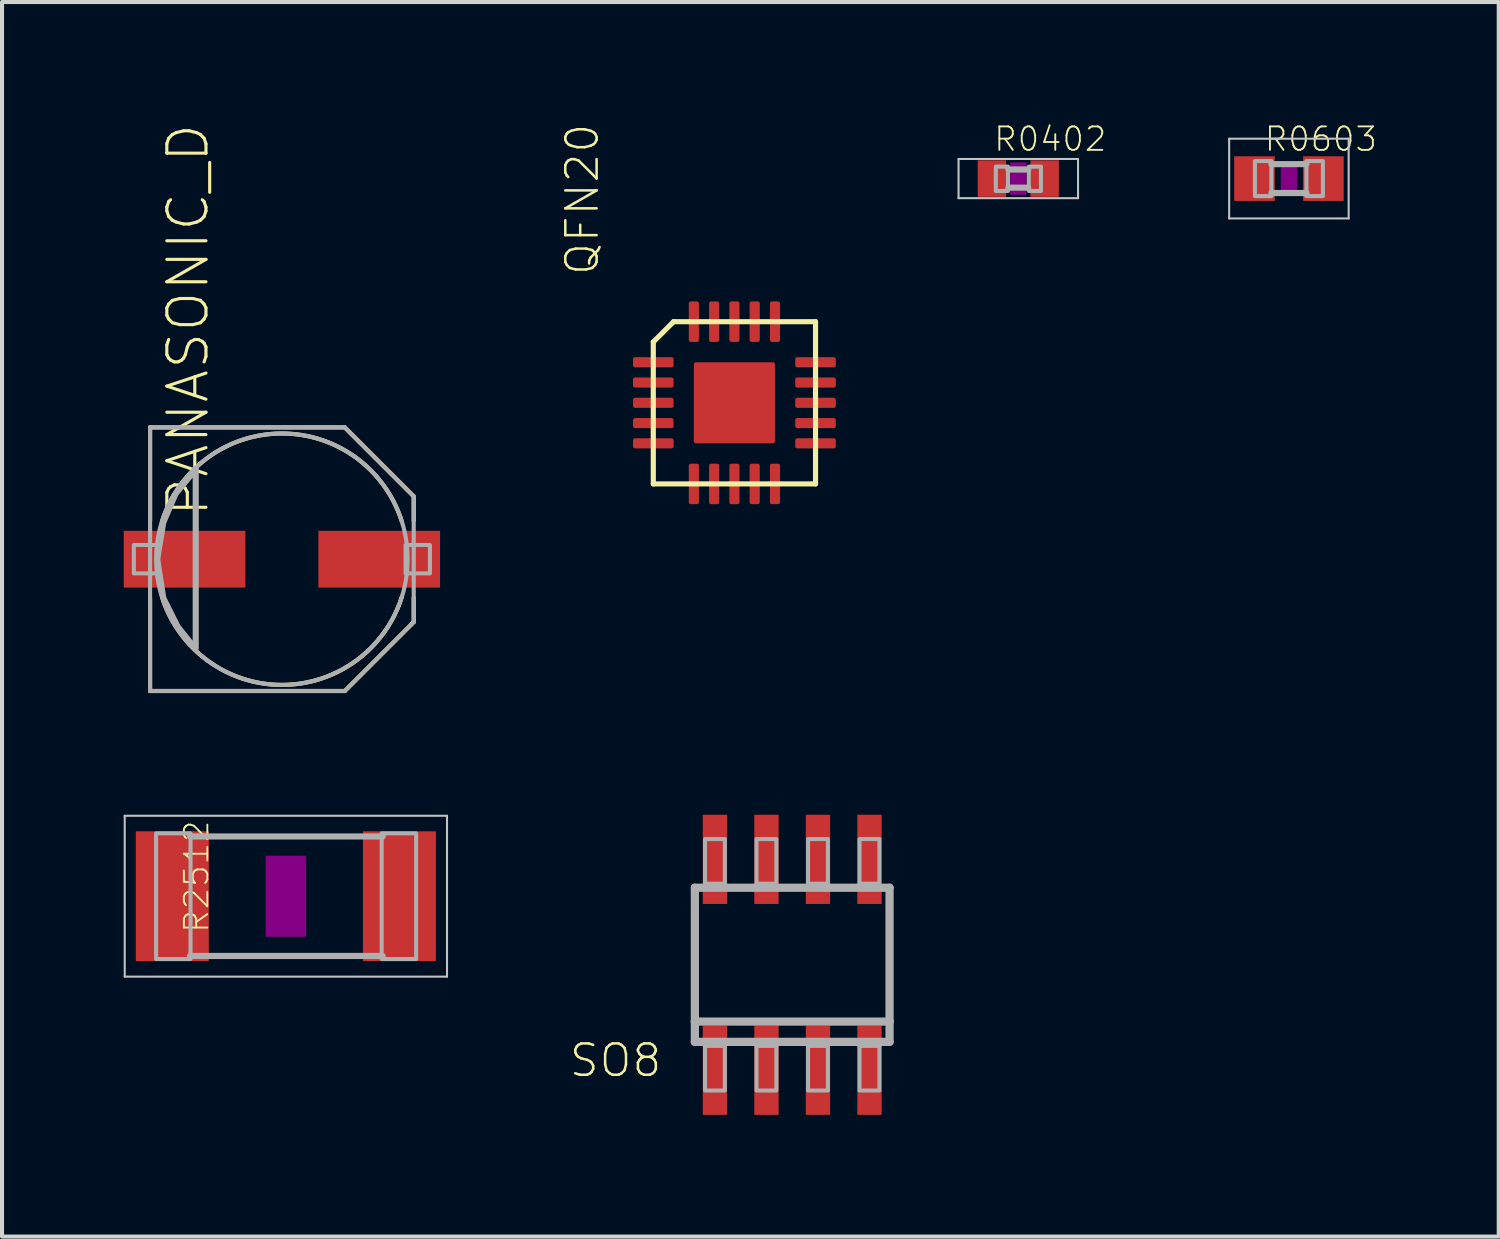
<source format=kicad_pcb>
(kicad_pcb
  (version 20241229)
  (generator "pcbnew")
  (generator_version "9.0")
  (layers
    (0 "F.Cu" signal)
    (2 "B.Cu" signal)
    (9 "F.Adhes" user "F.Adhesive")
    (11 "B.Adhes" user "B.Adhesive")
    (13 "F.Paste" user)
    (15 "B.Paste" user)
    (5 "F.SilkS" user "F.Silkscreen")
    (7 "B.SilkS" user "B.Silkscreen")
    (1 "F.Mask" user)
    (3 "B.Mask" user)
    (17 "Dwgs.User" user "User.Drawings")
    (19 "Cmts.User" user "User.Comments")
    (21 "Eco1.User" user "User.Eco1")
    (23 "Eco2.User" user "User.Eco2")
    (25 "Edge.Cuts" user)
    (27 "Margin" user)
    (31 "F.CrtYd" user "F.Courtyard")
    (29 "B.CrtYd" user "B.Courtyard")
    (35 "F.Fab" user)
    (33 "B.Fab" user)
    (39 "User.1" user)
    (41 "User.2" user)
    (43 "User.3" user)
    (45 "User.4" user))
  (footprint "R2512"
    (layer "F.Cu")
    (at 3.998 19.046)
    (property "Reference" "R2512" (at -2.54 -1.905 270) (layer "F.SilkS") (effects (font (size 0.579 0.579) (thickness 0.046)) (justify right top)))
    (attr through_hole)
    (fp_poly (pts (xy -0.5 1) (xy 0.5 1) (xy 0.5 -1) (xy -0.5 -1)) (stroke (width 0) (type solid)) (fill yes) (layer "F.Adhes"))
    (fp_line (start -3.973 -1.983) (end 3.973 -1.983) (stroke (width 0.051) (type solid)) (layer "Dwgs.User"))
    (fp_line (start -3.973 1.983) (end -3.973 -1.983) (stroke (width 0.051) (type solid)) (layer "Dwgs.User"))
    (fp_line (start 3.973 -1.983) (end 3.973 1.983) (stroke (width 0.051) (type solid)) (layer "Dwgs.User"))
    (fp_line (start 3.973 1.983) (end -3.973 1.983) (stroke (width 0.051) (type solid)) (layer "Dwgs.User"))
    (fp_line (start -2.362 -1.473) (end 2.387 -1.473) (stroke (width 0.152) (type solid)) (layer "F.Fab"))
    (fp_line (start -2.362 1.473) (end 2.387 1.473) (stroke (width 0.152) (type solid)) (layer "F.Fab"))
    (fp_poly (pts (xy -3.2 1.549) (xy -2.35 1.549) (xy -2.35 -1.551) (xy -3.2 -1.551)) (stroke (width 0.1) (type solid)) (fill no) (layer "F.Fab"))
    (fp_poly (pts (xy 2.362 1.549) (xy 3.212 1.549) (xy 3.212 -1.551) (xy 2.362 -1.551)) (stroke (width 0.1) (type solid)) (fill no) (layer "F.Fab"))
    (pad "1" smd rect (at -2.8 0) (size 1.8 3.2) (layers "F.Cu" "F.Mask" "F.Paste"))
    (pad "2" smd rect (at 2.8 0) (size 1.8 3.2) (layers "F.Cu" "F.Mask" "F.Paste")))
  (footprint "R0402"
    (layer "F.Cu")
    (at 22.056 1.353)
    (property "Reference" "R0402" (at -0.635 -0.635 180) (layer "F.SilkS") (effects (font (size 0.579 0.579) (thickness 0.046)) (justify left bottom)))
    (attr through_hole)
    (fp_poly (pts (xy -0.2 0.4) (xy 0.2 0.4) (xy 0.2 -0.4) (xy -0.2 -0.4)) (stroke (width 0) (type solid)) (fill yes) (layer "F.Adhes"))
    (fp_line (start -1.473 -0.483) (end 1.473 -0.483) (stroke (width 0.051) (type solid)) (layer "Dwgs.User"))
    (fp_line (start -1.473 0.483) (end -1.473 -0.483) (stroke (width 0.051) (type solid)) (layer "Dwgs.User"))
    (fp_line (start 1.473 -0.483) (end 1.473 0.483) (stroke (width 0.051) (type solid)) (layer "Dwgs.User"))
    (fp_line (start 1.473 0.483) (end -1.473 0.483) (stroke (width 0.051) (type solid)) (layer "Dwgs.User"))
    (fp_line (start -0.245 -0.224) (end 0.245 -0.224) (stroke (width 0.152) (type solid)) (layer "F.Fab"))
    (fp_line (start 0.245 0.224) (end -0.245 0.224) (stroke (width 0.152) (type solid)) (layer "F.Fab"))
    (fp_poly (pts (xy -0.554 0.305) (xy -0.254 0.305) (xy -0.254 -0.295) (xy -0.554 -0.295)) (stroke (width 0.1) (type solid)) (fill no) (layer "F.Fab"))
    (fp_poly (pts (xy 0.259 0.305) (xy 0.559 0.305) (xy 0.559 -0.295) (xy 0.259 -0.295)) (stroke (width 0.1) (type solid)) (fill no) (layer "F.Fab"))
    (pad "1" smd rect (at -0.65 0) (size 0.7 0.9) (layers "F.Cu" "F.Mask" "F.Paste"))
    (pad "2" smd rect (at 0.65 0) (size 0.7 0.9) (layers "F.Cu" "F.Mask" "F.Paste")))
  (footprint "PANASONIC_D"
    (layer "F.Cu")
    (at 3.9 10.737)
    (property "Reference" "PANASONIC_D" (at -1.75 -1 270) (layer "F.SilkS") (effects (font (size 0.965 0.965) (thickness 0.077)) (justify left bottom)))
    (attr through_hole)
    (fp_line (start -3.25 -3.25) (end 1.55 -3.25) (stroke (width 0.102) (type solid)) (layer "F.SilkS"))
    (fp_line (start -3.25 -0.95) (end -3.25 -3.25) (stroke (width 0.102) (type solid)) (layer "F.SilkS"))
    (fp_line (start -3.25 3.25) (end -3.25 0.95) (stroke (width 0.102) (type solid)) (layer "F.SilkS"))
    (fp_line (start 1.55 -3.25) (end 3.25 -1.55) (stroke (width 0.102) (type solid)) (layer "F.SilkS"))
    (fp_line (start 1.55 3.25) (end -3.25 3.25) (stroke (width 0.102) (type solid)) (layer "F.SilkS"))
    (fp_line (start 3.25 -1.55) (end 3.25 -0.95) (stroke (width 0.102) (type solid)) (layer "F.SilkS"))
    (fp_line (start 3.25 0.95) (end 3.25 1.55) (stroke (width 0.102) (type solid)) (layer "F.SilkS"))
    (fp_line (start 3.25 1.55) (end 1.55 3.25) (stroke (width 0.102) (type solid)) (layer "F.SilkS"))
    (fp_arc (start -2.95 -0.95) (mid 0 -3.099193) (end 2.95 -0.95) (stroke (width 0.1016) (type solid)) (layer "F.SilkS"))
    (fp_arc (start 2.95 0.95) (mid 0 3.099193) (end -2.95 0.95) (stroke (width 0.1016) (type solid)) (layer "F.SilkS"))
    (fp_line (start -3.25 -3.25) (end 1.55 -3.25) (stroke (width 0.102) (type solid)) (layer "F.Fab"))
    (fp_line (start -3.25 3.25) (end -3.25 -3.25) (stroke (width 0.102) (type solid)) (layer "F.Fab"))
    (fp_line (start -2.1 -2.25) (end -2.1 2.2) (stroke (width 0.102) (type solid)) (layer "F.Fab"))
    (fp_line (start 1.55 -3.25) (end 3.25 -1.55) (stroke (width 0.102) (type solid)) (layer "F.Fab"))
    (fp_line (start 1.55 3.25) (end -3.25 3.25) (stroke (width 0.102) (type solid)) (layer "F.Fab"))
    (fp_line (start 3.25 -1.55) (end 3.25 1.55) (stroke (width 0.102) (type solid)) (layer "F.Fab"))
    (fp_line (start 3.25 1.55) (end 1.55 3.25) (stroke (width 0.102) (type solid)) (layer "F.Fab"))
    (fp_circle (center 0 0) (end 3.1 0) (stroke (width 0.102) (type solid)) (fill no) (layer "F.Fab"))
    (fp_poly (pts (xy -3.65 0.35) (xy -3.05 0.35) (xy -3.05 -0.35) (xy -3.65 -0.35)) (stroke (width 0.1) (type solid)) (fill no) (layer "F.Fab"))
    (fp_poly (pts (xy 3.05 0.35) (xy 3.65 0.35) (xy 3.65 -0.35) (xy 3.05 -0.35)) (stroke (width 0.1) (type solid)) (fill no) (layer "F.Fab"))
    (fp_poly (pts (xy -2.15 -2.15) (xy -2.6 -1.6) (xy -2.9 -0.9) (xy -3.05 0) (xy -2.9 0.95) (xy -2.55 1.65) (xy -2.15 2.15) (xy -2.15 -2.1)) (stroke (width 0.1) (type solid)) (fill no) (layer "F.Fab"))
    (pad "+" smd rect (at 2.4 0) (size 3 1.4) (layers "F.Cu" "F.Mask" "F.Paste"))
    (pad "-" smd rect (at -2.4 0) (size 3 1.4) (layers "F.Cu" "F.Mask" "F.Paste")))
  (footprint "QFN20"
    (layer "F.Cu")
    (at 15.057 6.881)
    (property "Reference" "QFN20" (at -3.3 -3.1 90) (layer "F.SilkS") (effects (font (size 0.772 0.772) (thickness 0.062)) (justify left bottom)))
    (attr through_hole)
    (fp_line (start -2 -1.5) (end -1.5 -2) (stroke (width 0.127) (type solid)) (layer "F.SilkS"))
    (fp_line (start -2 2) (end -2 -1.5) (stroke (width 0.127) (type solid)) (layer "F.SilkS"))
    (fp_line (start -1.5 -2) (end 2 -2) (stroke (width 0.127) (type solid)) (layer "F.SilkS"))
    (fp_line (start 2 -2) (end 2 2) (stroke (width 0.127) (type solid)) (layer "F.SilkS"))
    (fp_line (start 2 2) (end -2 2) (stroke (width 0.127) (type solid)) (layer "F.SilkS"))
    (pad "1" smd roundrect (at -2 -1 90) (size 0.25 1) (layers "F.Cu" "F.Mask" "F.Paste") (roundrect_rratio 0.2))
    (pad "2" smd roundrect (at -2 -0.5 90) (size 0.25 1) (layers "F.Cu" "F.Mask" "F.Paste") (roundrect_rratio 0.2))
    (pad "3" smd roundrect (at -2 0 90) (size 0.25 1) (layers "F.Cu" "F.Mask" "F.Paste") (roundrect_rratio 0.2))
    (pad "4" smd roundrect (at -2 0.5 90) (size 0.25 1) (layers "F.Cu" "F.Mask" "F.Paste") (roundrect_rratio 0.2))
    (pad "5" smd roundrect (at -2 1 90) (size 0.25 1) (layers "F.Cu" "F.Mask" "F.Paste") (roundrect_rratio 0.2))
    (pad "6" smd roundrect (at -1 2 180) (size 0.25 1) (layers "F.Cu" "F.Mask" "F.Paste") (roundrect_rratio 0.2))
    (pad "7" smd roundrect (at -0.5 2 180) (size 0.25 1) (layers "F.Cu" "F.Mask" "F.Paste") (roundrect_rratio 0.2))
    (pad "8" smd roundrect (at 0 2 180) (size 0.25 1) (layers "F.Cu" "F.Mask" "F.Paste") (roundrect_rratio 0.2))
    (pad "9" smd roundrect (at 0.5 2 180) (size 0.25 1) (layers "F.Cu" "F.Mask" "F.Paste") (roundrect_rratio 0.2))
    (pad "10" smd roundrect (at 1 2 180) (size 0.25 1) (layers "F.Cu" "F.Mask" "F.Paste") (roundrect_rratio 0.2))
    (pad "11" smd roundrect (at 2 1 270) (size 0.25 1) (layers "F.Cu" "F.Mask" "F.Paste") (roundrect_rratio 0.2))
    (pad "12" smd roundrect (at 2 0.5 270) (size 0.25 1) (layers "F.Cu" "F.Mask" "F.Paste") (roundrect_rratio 0.2))
    (pad "13" smd roundrect (at 2 0 270) (size 0.25 1) (layers "F.Cu" "F.Mask" "F.Paste") (roundrect_rratio 0.2))
    (pad "14" smd roundrect (at 2 -0.5 270) (size 0.25 1) (layers "F.Cu" "F.Mask" "F.Paste") (roundrect_rratio 0.2))
    (pad "15" smd roundrect (at 2 -1 270) (size 0.25 1) (layers "F.Cu" "F.Mask" "F.Paste") (roundrect_rratio 0.2))
    (pad "16" smd roundrect (at 1 -2) (size 0.25 1) (layers "F.Cu" "F.Mask" "F.Paste") (roundrect_rratio 0.2))
    (pad "17" smd roundrect (at 0.5 -2) (size 0.25 1) (layers "F.Cu" "F.Mask" "F.Paste") (roundrect_rratio 0.2))
    (pad "18" smd roundrect (at 0 -2) (size 0.25 1) (layers "F.Cu" "F.Mask" "F.Paste") (roundrect_rratio 0.2))
    (pad "19" smd roundrect (at -0.5 -2) (size 0.25 1) (layers "F.Cu" "F.Mask" "F.Paste") (roundrect_rratio 0.2))
    (pad "20" smd roundrect (at -1 -2) (size 0.25 1) (layers "F.Cu" "F.Mask" "F.Paste") (roundrect_rratio 0.2))
    (pad "21" smd roundrect (at 0 0) (size 2 2) (layers "F.Cu" "F.Mask" "F.Paste") (roundrect_rratio 0.025)))
  (footprint "R0603"
    (layer "F.Cu")
    (at 28.728 1.353)
    (property "Reference" "R0603" (at -0.635 -0.635 180) (layer "F.SilkS") (effects (font (size 0.579 0.579) (thickness 0.046)) (justify left bottom)))
    (attr through_hole)
    (fp_poly (pts (xy -0.2 0.4) (xy 0.2 0.4) (xy 0.2 -0.4) (xy -0.2 -0.4)) (stroke (width 0) (type solid)) (fill yes) (layer "F.Adhes"))
    (fp_line (start -1.473 -0.983) (end 1.473 -0.983) (stroke (width 0.051) (type solid)) (layer "Dwgs.User"))
    (fp_line (start -1.473 0.983) (end -1.473 -0.983) (stroke (width 0.051) (type solid)) (layer "Dwgs.User"))
    (fp_line (start 1.473 -0.983) (end 1.473 0.983) (stroke (width 0.051) (type solid)) (layer "Dwgs.User"))
    (fp_line (start 1.473 0.983) (end -1.473 0.983) (stroke (width 0.051) (type solid)) (layer "Dwgs.User"))
    (fp_line (start -0.432 0.356) (end 0.432 0.356) (stroke (width 0.152) (type solid)) (layer "F.Fab"))
    (fp_line (start 0.432 -0.356) (end -0.432 -0.356) (stroke (width 0.152) (type solid)) (layer "F.Fab"))
    (fp_poly (pts (xy -0.838 0.432) (xy -0.432 0.432) (xy -0.432 -0.432) (xy -0.838 -0.432)) (stroke (width 0.1) (type solid)) (fill no) (layer "F.Fab"))
    (fp_poly (pts (xy 0.432 0.432) (xy 0.838 0.432) (xy 0.838 -0.432) (xy 0.432 -0.432)) (stroke (width 0.1) (type solid)) (fill no) (layer "F.Fab"))
    (pad "1" smd rect (at -0.85 0) (size 1 1.1) (layers "F.Cu" "F.Mask" "F.Paste"))
    (pad "2" smd rect (at 0.85 0) (size 1 1.1) (layers "F.Cu" "F.Mask" "F.Paste")))
  (footprint "SO8"
    (layer "F.Cu")
    (at 16.482 20.737)
    (property "Reference" "SO8" (at -3.175 1.905 0) (layer "F.SilkS") (effects (font (size 0.772 0.772) (thickness 0.062)) (justify right top)))
    (attr through_hole)
    (fp_line (start -2.4 -1.9) (end 2.4 -1.9) (stroke (width 0.203) (type solid)) (layer "F.Fab"))
    (fp_line (start -2.4 1.4) (end -2.4 -1.9) (stroke (width 0.203) (type solid)) (layer "F.Fab"))
    (fp_line (start -2.4 1.9) (end -2.4 1.4) (stroke (width 0.203) (type solid)) (layer "F.Fab"))
    (fp_line (start 2.4 -1.9) (end 2.4 1.4) (stroke (width 0.203) (type solid)) (layer "F.Fab"))
    (fp_line (start 2.4 1.4) (end -2.4 1.4) (stroke (width 0.203) (type solid)) (layer "F.Fab"))
    (fp_line (start 2.4 1.4) (end 2.4 1.9) (stroke (width 0.203) (type solid)) (layer "F.Fab"))
    (fp_line (start 2.4 1.9) (end -2.4 1.9) (stroke (width 0.203) (type solid)) (layer "F.Fab"))
    (fp_poly (pts (xy -2.15 -2) (xy -1.66 -2) (xy -1.66 -3.1) (xy -2.15 -3.1)) (stroke (width 0.1) (type solid)) (fill no) (layer "F.Fab"))
    (fp_poly (pts (xy -2.15 3.1) (xy -1.66 3.1) (xy -1.66 2) (xy -2.15 2)) (stroke (width 0.1) (type solid)) (fill no) (layer "F.Fab"))
    (fp_poly (pts (xy -0.88 -2) (xy -0.39 -2) (xy -0.39 -3.1) (xy -0.88 -3.1)) (stroke (width 0.1) (type solid)) (fill no) (layer "F.Fab"))
    (fp_poly (pts (xy -0.88 3.1) (xy -0.39 3.1) (xy -0.39 2) (xy -0.88 2)) (stroke (width 0.1) (type solid)) (fill no) (layer "F.Fab"))
    (fp_poly (pts (xy 0.39 -2) (xy 0.88 -2) (xy 0.88 -3.1) (xy 0.39 -3.1)) (stroke (width 0.1) (type solid)) (fill no) (layer "F.Fab"))
    (fp_poly (pts (xy 0.39 3.1) (xy 0.88 3.1) (xy 0.88 2) (xy 0.39 2)) (stroke (width 0.1) (type solid)) (fill no) (layer "F.Fab"))
    (fp_poly (pts (xy 1.66 -2) (xy 2.15 -2) (xy 2.15 -3.1) (xy 1.66 -3.1)) (stroke (width 0.1) (type solid)) (fill no) (layer "F.Fab"))
    (fp_poly (pts (xy 1.66 3.1) (xy 2.15 3.1) (xy 2.15 2) (xy 1.66 2)) (stroke (width 0.1) (type solid)) (fill no) (layer "F.Fab"))
    (pad "1" smd rect (at -1.905 2.6) (size 0.6 2.2) (layers "F.Cu" "F.Mask" "F.Paste"))
    (pad "2" smd rect (at -0.635 2.6) (size 0.6 2.2) (layers "F.Cu" "F.Mask" "F.Paste"))
    (pad "3" smd rect (at 0.635 2.6) (size 0.6 2.2) (layers "F.Cu" "F.Mask" "F.Paste"))
    (pad "4" smd rect (at 1.905 2.6) (size 0.6 2.2) (layers "F.Cu" "F.Mask" "F.Paste"))
    (pad "5" smd rect (at 1.905 -2.6) (size 0.6 2.2) (layers "F.Cu" "F.Mask" "F.Paste"))
    (pad "6" smd rect (at 0.635 -2.6) (size 0.6 2.2) (layers "F.Cu" "F.Mask" "F.Paste"))
    (pad "7" smd rect (at -0.635 -2.6) (size 0.6 2.2) (layers "F.Cu" "F.Mask" "F.Paste"))
    (pad "8" smd rect (at -1.905 -2.6) (size 0.6 2.2) (layers "F.Cu" "F.Mask" "F.Paste")))
  (gr_rect
    (start -3 -3)
    (end 33.901 27.437)
    (stroke (width 0.1) (type default))
    (fill no)
    (layer "Edge.Cuts")))
</source>
